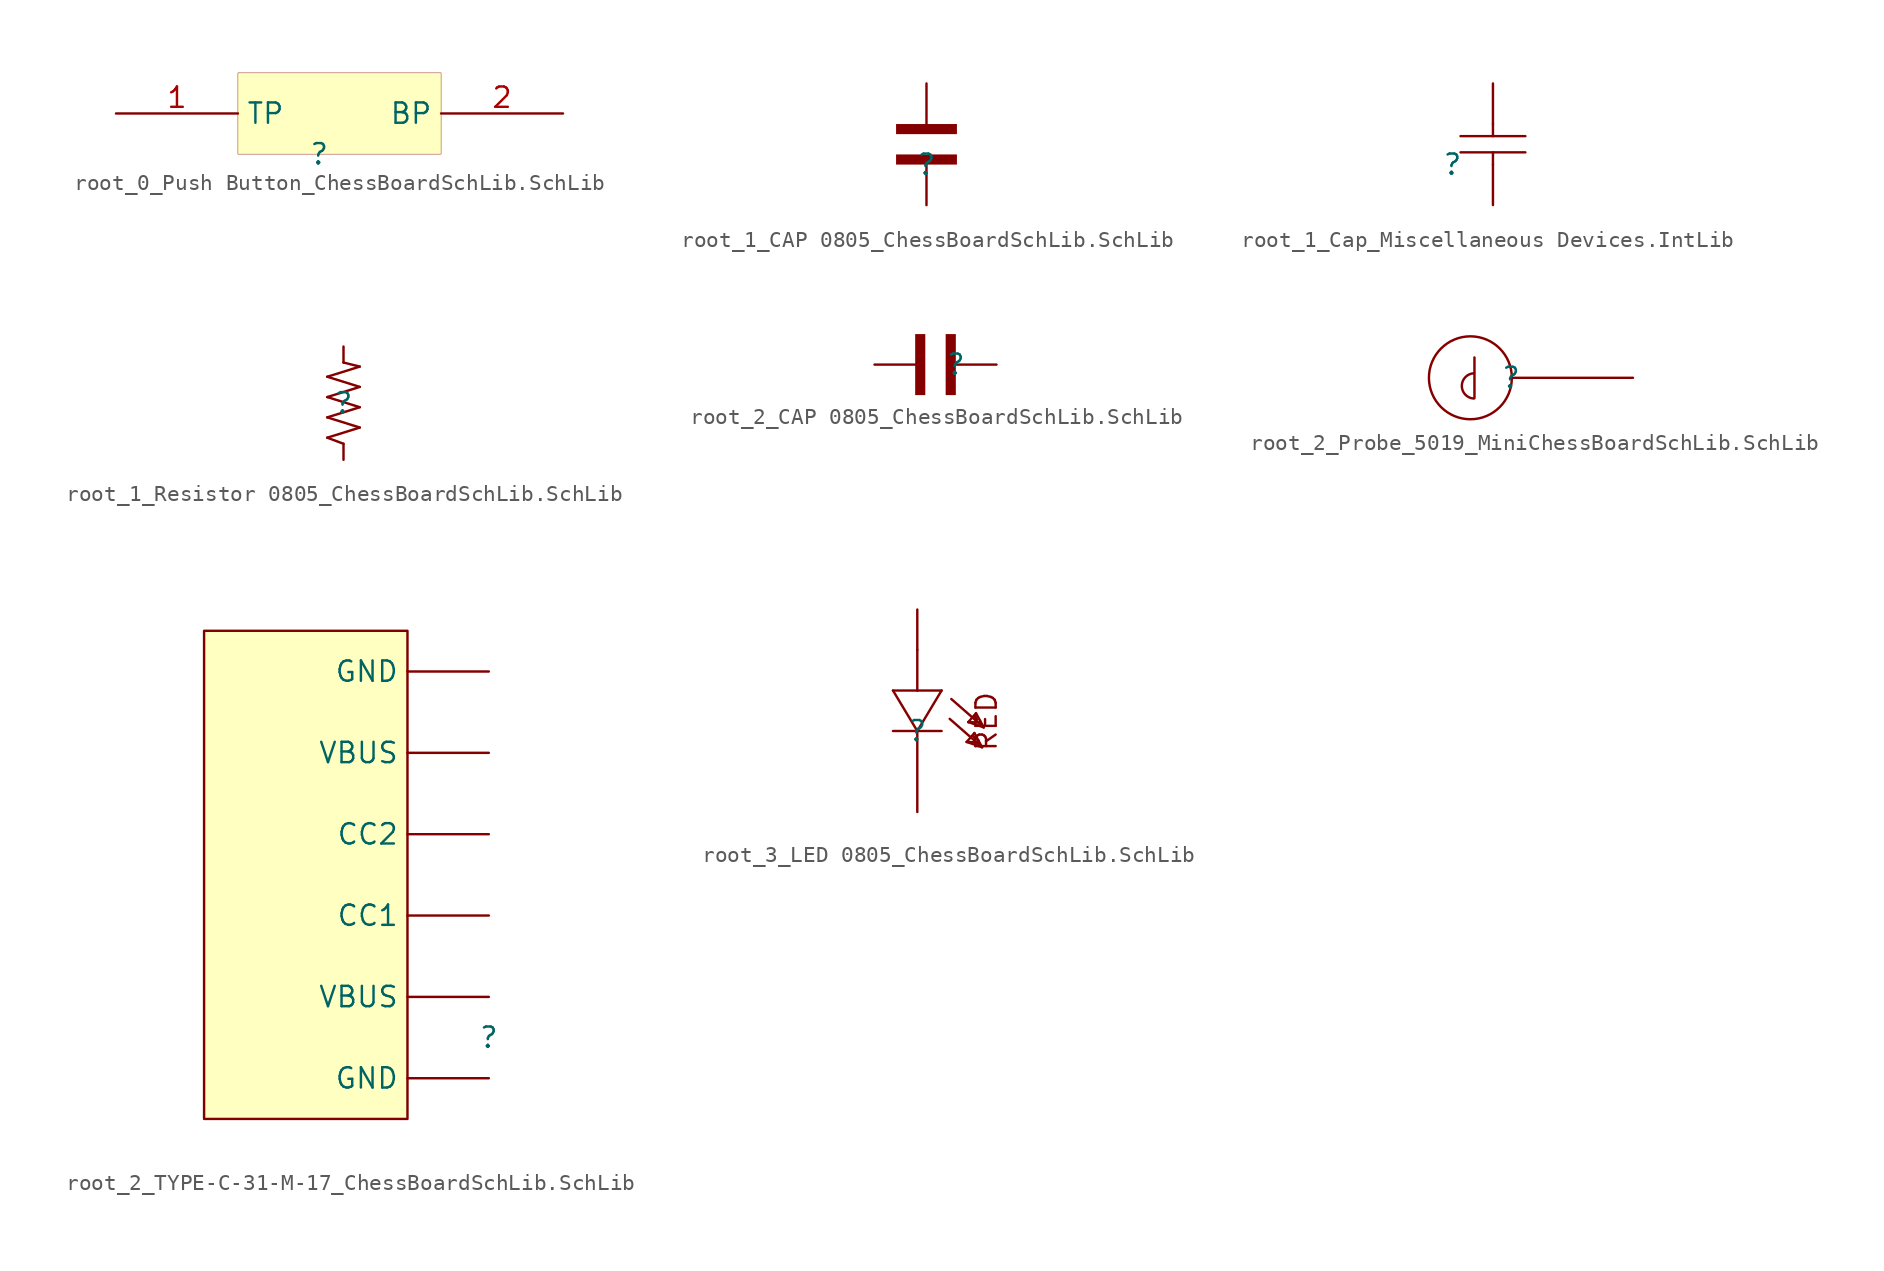
<source format=kicad_sym>
(kicad_symbol_lib
  (version 20241209)
  (generator "kicad_symbol_editor")
  (generator_version "9.0")
  (symbol "root_0_Push Button_ChessBoardSchLib.SchLib"
    (property "Reference" ""
      (at 0 0 0)
      (effects (font (size 1.27 1.27))))
    (property "Value" ""
      (at 0 0 0)
      (effects (font (size 1.27 1.27))))
    (symbol "root_0_Push Button_ChessBoardSchLib.SchLib_1_0"
      (rectangle (start 7.62 5.08) (end -5.08 0) (stroke (width 0.025) (type solid) (color 128 0 0 1)) (fill (type background)))
      (pin passive line (at -12.7 2.54 0) (length 7.62) (name "TP" (effects (font (size 1.27 1.27)))) (number "1" (effects (font (size 1.27 1.27)))))
      (pin passive line (at 15.24 2.54 180) (length 7.62) (name "BP" (effects (font (size 1.27 1.27)))) (number "2" (effects (font (size 1.27 1.27)))))))
  (symbol "root_1_CAP 0805_ChessBoardSchLib.SchLib"
    (pin_numbers
      (hide yes))
    (pin_names
      (hide yes))
    (property "Reference" ""
      (at 0 0 0)
      (effects (font (size 1.27 1.27))))
    (property "Value" ""
      (at 0 0 0)
      (effects (font (size 1.27 1.27))))
    (symbol "root_1_CAP 0805_ChessBoardSchLib.SchLib_1_0"
      (polyline (pts (xy -1.905 1.907) (xy -1.905 2.54) (xy 1.907 2.54) (xy 1.907 1.907) (xy -1.905 1.907)) (stroke (width -0.0001) (type solid)) (fill (type outline)))
      (polyline (pts (xy -1.905 0) (xy -1.905 0.635) (xy 1.907 0.635) (xy 1.907 0) (xy -1.905 0)) (stroke (width -0.0001) (type solid)) (fill (type outline)))
      (pin passive line (at 0 5.08 270) (length 2.54) (name "2" (effects (font (size 1.27 1.27)))) (number "2" (effects (font (size 1.27 1.27)))))
      (pin passive line (at 0 -2.54 90) (length 2.54) (name "1" (effects (font (size 1.27 1.27)))) (number "1" (effects (font (size 1.27 1.27)))))))
  (symbol "root_1_Cap_Miscellaneous Devices.IntLib"
    (pin_numbers
      (hide yes))
    (pin_names
      (hide yes))
    (property "Reference" ""
      (at 0 0 0)
      (effects (font (size 1.27 1.27))))
    (property "Value" ""
      (at 0 0 0)
      (effects (font (size 1.27 1.27))))
    (symbol "root_1_Cap_Miscellaneous Devices.IntLib_1_0"
      (polyline (pts (xy 0.508 1.778) (xy 4.572 1.778)) (stroke (width 0) (type solid)) (fill (type none)))
      (polyline (pts (xy 2.54 2.54) (xy 2.54 1.778)) (stroke (width 0) (type solid)) (fill (type none)))
      (polyline (pts (xy 2.54 0) (xy 2.54 0.762)) (stroke (width 0) (type solid)) (fill (type none)))
      (polyline (pts (xy 4.572 0.762) (xy 0.508 0.762)) (stroke (width 0) (type solid)) (fill (type none)))
      (pin passive line (at 2.54 5.08 270) (length 2.54) (name "2" (effects (font (size 1.27 1.27)))) (number "2" (effects (font (size 1.27 1.27)))))
      (pin passive line (at 2.54 -2.54 90) (length 2.54) (name "1" (effects (font (size 1.27 1.27)))) (number "1" (effects (font (size 1.27 1.27)))))))
  (symbol "root_1_Resistor 0805_ChessBoardSchLib.SchLib"
    (pin_numbers
      (hide yes))
    (pin_names
      (hide yes))
    (property "Reference" ""
      (at 0 0 0)
      (effects (font (size 1.27 1.27))))
    (property "Value" ""
      (at 0 0 0)
      (effects (font (size 1.27 1.27))))
    (symbol "root_1_Resistor 0805_ChessBoardSchLib.SchLib_1_0"
      (polyline (pts (xy -1.016 1.651) (xy 1.016 2.286)) (stroke (width 0) (type solid)) (fill (type none)))
      (polyline (pts (xy -1.016 0.381) (xy 1.016 1.016)) (stroke (width 0) (type solid)) (fill (type none)))
      (polyline (pts (xy -1.016 -0.889) (xy 1.016 -0.254)) (stroke (width 0) (type solid)) (fill (type none)))
      (polyline (pts (xy -1.016 -2.159) (xy 1.016 -1.524)) (stroke (width 0) (type solid)) (fill (type none)))
      (polyline (pts (xy 0 -2.54) (xy -1.016 -2.159)) (stroke (width 0) (type solid)) (fill (type none)))
      (polyline (pts (xy 1.016 2.286) (xy 0 2.54)) (stroke (width 0) (type solid)) (fill (type none)))
      (polyline (pts (xy 1.016 1.016) (xy -1.016 1.651)) (stroke (width 0) (type solid)) (fill (type none)))
      (polyline (pts (xy 1.016 -0.254) (xy -1.016 0.381)) (stroke (width 0) (type solid)) (fill (type none)))
      (polyline (pts (xy 1.016 -1.524) (xy -1.016 -0.889)) (stroke (width 0) (type solid)) (fill (type none)))
      (pin passive line (at 0 3.54 270) (length 1) (name "2" (effects (font (size 1.27 1.27)))) (number "2" (effects (font (size 1.27 1.27)))))
      (pin passive line (at 0 -3.54 90) (length 1) (name "1" (effects (font (size 1.27 1.27)))) (number "1" (effects (font (size 1.27 1.27)))))))
  (symbol "root_2_CAP 0805_ChessBoardSchLib.SchLib"
    (pin_numbers
      (hide yes))
    (pin_names
      (hide yes))
    (property "Reference" ""
      (at 0 0 0)
      (effects (font (size 1.27 1.27))))
    (property "Value" ""
      (at 0 0 0)
      (effects (font (size 1.27 1.27))))
    (symbol "root_2_CAP 0805_ChessBoardSchLib.SchLib_1_0"
      (polyline (pts (xy -1.907 -1.905) (xy -2.54 -1.905) (xy -2.54 1.907) (xy -1.907 1.907) (xy -1.907 -1.905)) (stroke (width -0.0001) (type solid)) (fill (type outline)))
      (polyline (pts (xy 0 -1.905) (xy -0.635 -1.905) (xy -0.635 1.907) (xy 0 1.907) (xy 0 -1.905)) (stroke (width -0.0001) (type solid)) (fill (type outline)))
      (pin passive line (at -5.08 0 0) (length 2.54) (name "2" (effects (font (size 1.27 1.27)))) (number "2" (effects (font (size 1.27 1.27)))))
      (pin passive line (at 2.54 0 180) (length 2.54) (name "1" (effects (font (size 1.27 1.27)))) (number "1" (effects (font (size 1.27 1.27)))))))
  (symbol "root_2_Probe_5019_MiniChessBoardSchLib.SchLib"
    (pin_numbers
      (hide yes))
    (pin_names
      (hide yes))
    (property "Reference" ""
      (at 0 0 0)
      (effects (font (size 1.27 1.27))))
    (property "Value" ""
      (at 0 0 0)
      (effects (font (size 1.27 1.27))))
    (symbol "root_2_Probe_5019_MiniChessBoardSchLib.SchLib_1_0"
      (circle (center -2.54 0) (radius 2.591) (stroke (width 0) (type solid)) (fill (type none)))
      (arc (start -2.3343 -1.2965) (mid -3.0759 -0.5007) (end -2.3198 0.2813) (stroke (width 0) (type solid)) (fill (type none)))
      (polyline (pts (xy -2.286 -1.27) (xy -2.286 1.27)) (stroke (width 0) (type solid)) (fill (type none)))
      (pin passive line (at 7.62 0 180) (length 7.62) (name "1" (effects (font (size 1.27 1.27)))) (number "1" (effects (font (size 1.27 1.27)))))))
  (symbol "root_2_TYPE-C-31-M-17_ChessBoardSchLib.SchLib"
    (pin_numbers
      (hide yes))
    (property "Reference" ""
      (at 0 0 0)
      (effects (font (size 1.27 1.27))))
    (property "Value" ""
      (at 0 0 0)
      (effects (font (size 1.27 1.27))))
    (symbol "root_2_TYPE-C-31-M-17_ChessBoardSchLib.SchLib_1_0"
      (rectangle (start -5.08 25.4) (end -17.78 -5.08) (stroke (width 0) (type solid) (color 128 0 0 1)) (fill (type background)))
      (pin passive line (at 0 22.86 180) (length 5.08) (name "GND" (effects (font (size 1.27 1.27)))) (number "6" (effects (font (size 1.27 1.27)))))
      (pin passive line (at 0 17.78 180) (length 5.08) (name "VBUS" (effects (font (size 1.27 1.27)))) (number "5" (effects (font (size 1.27 1.27)))))
      (pin passive line (at 0 12.7 180) (length 5.08) (name "CC2" (effects (font (size 1.27 1.27)))) (number "4" (effects (font (size 1.27 1.27)))))
      (pin passive line (at 0 7.62 180) (length 5.08) (name "CC1" (effects (font (size 1.27 1.27)))) (number "3" (effects (font (size 1.27 1.27)))))
      (pin passive line (at 0 2.54 180) (length 5.08) (name "VBUS" (effects (font (size 1.27 1.27)))) (number "2" (effects (font (size 1.27 1.27)))))
      (pin passive line (at 0 -2.54 180) (length 5.08) (name "GND" (effects (font (size 1.27 1.27)))) (number "1" (effects (font (size 1.27 1.27)))))))
  (symbol "root_3_LED 0805_ChessBoardSchLib.SchLib"
    (pin_numbers
      (hide yes))
    (pin_names
      (hide yes))
    (property "Reference" ""
      (at 0 0 0)
      (effects (font (size 1.27 1.27))))
    (property "Value" ""
      (at 0 0 0)
      (effects (font (size 1.27 1.27))))
    (symbol "root_3_LED 0805_ChessBoardSchLib.SchLib_1_0"
      (polyline (pts (xy -1.524 2.54) (xy 0 0)) (stroke (width 0) (type solid)) (fill (type none)))
      (polyline (pts (xy 0 2.54) (xy -1.524 2.54)) (stroke (width 0) (type solid)) (fill (type none)))
      (polyline (pts (xy 0 2.54) (xy 0 5.08)) (stroke (width 0) (type solid)) (fill (type none)))
      (polyline (pts (xy 0 0) (xy 1.524 2.54)) (stroke (width 0) (type solid)) (fill (type none)))
      (polyline (pts (xy 1.524 2.54) (xy 0 2.54)) (stroke (width 0) (type solid)) (fill (type none)))
      (polyline (pts (xy 1.524 0) (xy -1.524 0)) (stroke (width 0) (type solid)) (fill (type none)))
      (polyline (pts (xy 3.099 -0.686) (xy 3.581 -0.127)) (stroke (width 0) (type solid)) (fill (type none)))
      (polyline (pts (xy 3.099 -0.686) (xy 3.835 -0.711)) (stroke (width 0) (type solid)) (fill (type none)))
      (polyline (pts (xy 3.2 0.559) (xy 3.683 1.118)) (stroke (width 0) (type solid)) (fill (type none)))
      (polyline (pts (xy 3.2 0.559) (xy 3.937 0.533)) (stroke (width 0) (type solid)) (fill (type none)))
      (polyline (pts (xy 3.505 -0.305) (xy 3.658 -0.533)) (stroke (width 0) (type solid)) (fill (type none)))
      (polyline (pts (xy 3.581 -0.127) (xy 4.064 -1.016)) (stroke (width 0) (type solid)) (fill (type none)))
      (polyline (pts (xy 3.607 0.94) (xy 3.759 0.711)) (stroke (width 0) (type solid)) (fill (type none)))
      (polyline (pts (xy 3.683 1.118) (xy 4.166 0.229)) (stroke (width 0) (type solid)) (fill (type none)))
      (polyline (pts (xy 3.835 -0.711) (xy 3.835 -0.584)) (stroke (width 0) (type solid)) (fill (type none)))
      (polyline (pts (xy 3.937 0.533) (xy 3.937 0.66)) (stroke (width 0) (type solid)) (fill (type none)))
      (polyline (pts (xy 4.064 -1.016) (xy 2.032 0.762)) (stroke (width 0) (type solid)) (fill (type none)))
      (polyline (pts (xy 4.064 -1.016) (xy 3.099 -0.686)) (stroke (width 0) (type solid)) (fill (type none)))
      (polyline (pts (xy 4.166 0.229) (xy 2.134 2.007)) (stroke (width 0) (type solid)) (fill (type none)))
      (polyline (pts (xy 4.166 0.229) (xy 3.2 0.559)) (stroke (width 0) (type solid)) (fill (type none)))
      (text "RED" (at 5.08 2.54 900) (effects (font (size 1.27 1.27)) (justify right bottom)))
      (pin passive line (at 0 7.62 270) (length 2.54) (name "A" (effects (font (size 1.27 1.27)))) (number "2" (effects (font (size 1.27 1.27)))))
      (pin passive line (at 0 -5.08 90) (length 5.08) (name "C" (effects (font (size 1.27 1.27)))) (number "1" (effects (font (size 1.27 1.27))))))))
</source>
